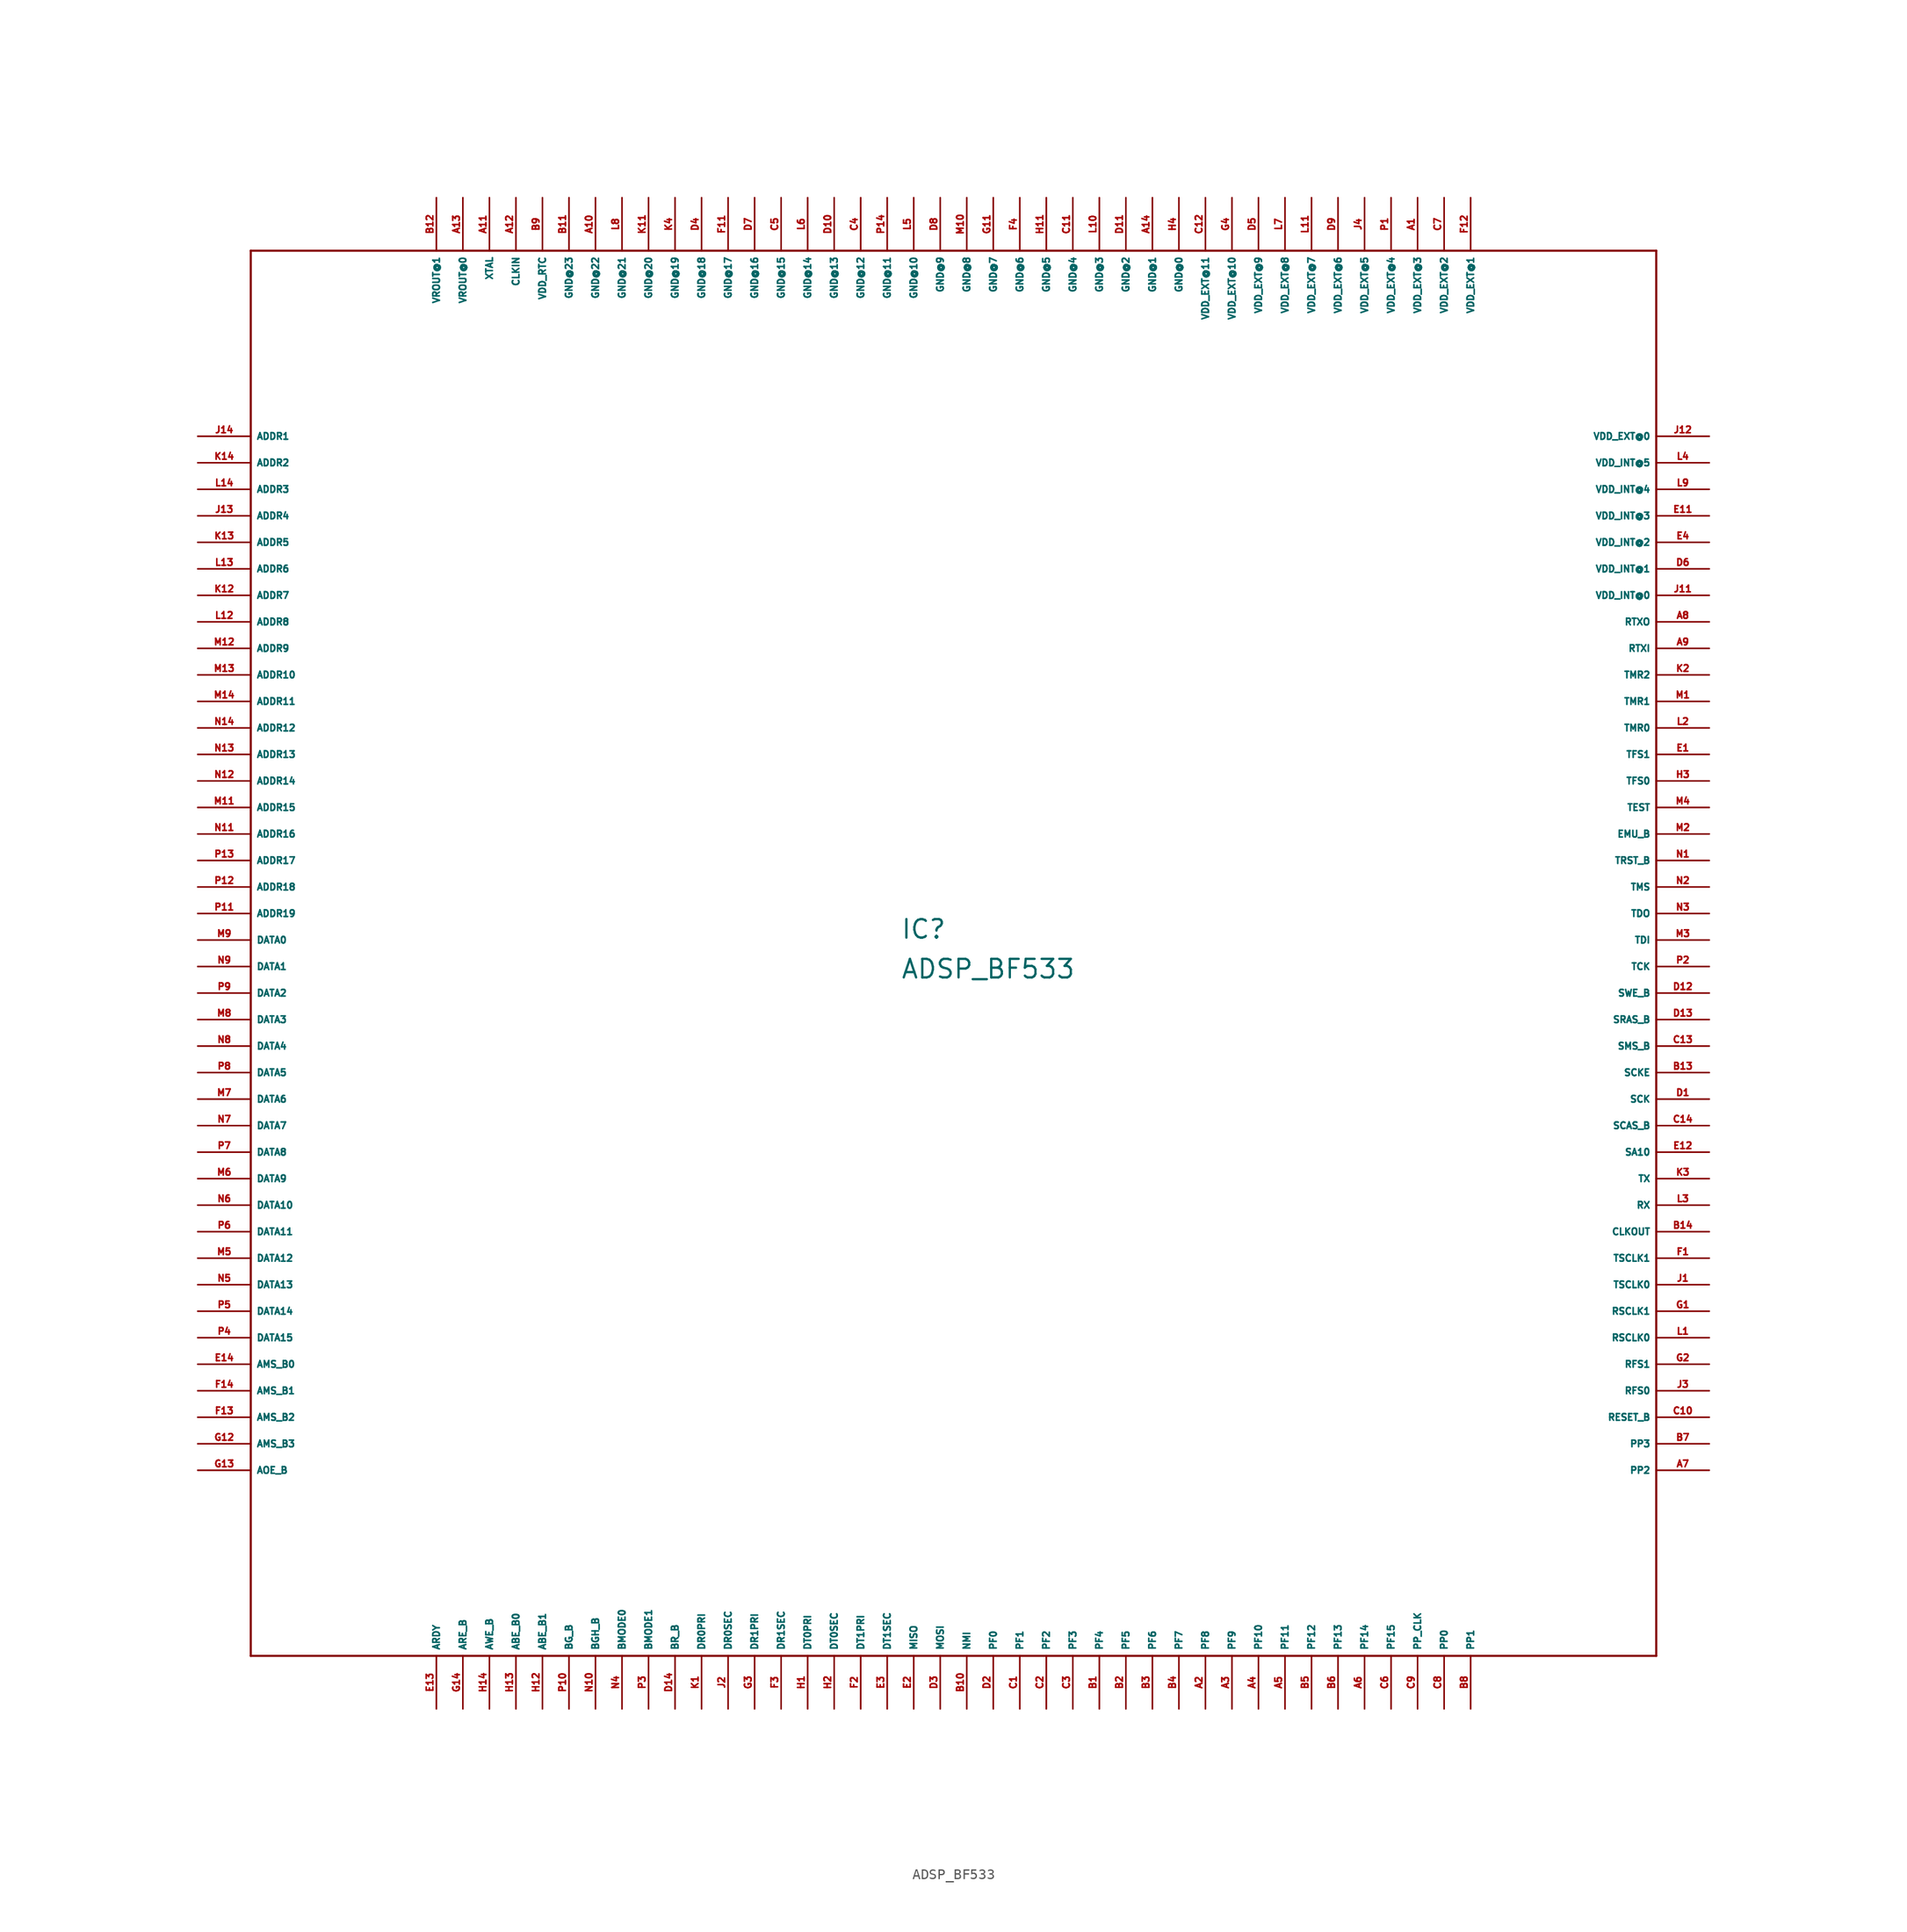
<source format=kicad_sym>
(kicad_symbol_lib
  (version 20220914)
  (generator Eagle2Kicad)
  (symbol "ADSP_BF533"
    (property "Reference" "IC"
      (at -3.81 2.54 0)
      (effects (font (size 1.778 1.778) (thickness 0.22)) (justify left bottom)))
    (property "Value" "ADSP_BF533"
      (at -3.81 -1.27 0)
      (effects (font (size 1.778 1.778) (thickness 0.22)) (justify left bottom)))
    (polyline
      (pts (xy -66.04 -66.04) (xy 68.58 -66.04))
      (stroke (width 0.203) (type default))
      (fill (type none)))
    (polyline
      (pts (xy 68.58 -66.04) (xy 68.58 68.58))
      (stroke (width 0.203) (type default))
      (fill (type none)))
    (polyline
      (pts (xy 68.58 68.58) (xy -66.04 68.58))
      (stroke (width 0.203) (type default))
      (fill (type none)))
    (polyline
      (pts (xy -66.04 68.58) (xy -66.04 -66.04))
      (stroke (width 0.203) (type default))
      (fill (type none)))
    (pin output line
      (at -71.12 50.8 0)
      (length 5.08)
      (name "ADDR1" (effects (font (size 0.635 0.635) (thickness 0.08)) (justify left bottom)))
      (number "J14" (effects (font (size 0.635 0.635) (thickness 0.08)) (justify left bottom))))
    (pin output line
      (at -71.12 48.26 0)
      (length 5.08)
      (name "ADDR2" (effects (font (size 0.635 0.635) (thickness 0.08)) (justify left bottom)))
      (number "K14" (effects (font (size 0.635 0.635) (thickness 0.08)) (justify left bottom))))
    (pin output line
      (at -71.12 45.72 0)
      (length 5.08)
      (name "ADDR3" (effects (font (size 0.635 0.635) (thickness 0.08)) (justify left bottom)))
      (number "L14" (effects (font (size 0.635 0.635) (thickness 0.08)) (justify left bottom))))
    (pin output line
      (at -71.12 43.18 0)
      (length 5.08)
      (name "ADDR4" (effects (font (size 0.635 0.635) (thickness 0.08)) (justify left bottom)))
      (number "J13" (effects (font (size 0.635 0.635) (thickness 0.08)) (justify left bottom))))
    (pin output line
      (at -71.12 40.64 0)
      (length 5.08)
      (name "ADDR5" (effects (font (size 0.635 0.635) (thickness 0.08)) (justify left bottom)))
      (number "K13" (effects (font (size 0.635 0.635) (thickness 0.08)) (justify left bottom))))
    (pin output line
      (at -71.12 38.1 0)
      (length 5.08)
      (name "ADDR6" (effects (font (size 0.635 0.635) (thickness 0.08)) (justify left bottom)))
      (number "L13" (effects (font (size 0.635 0.635) (thickness 0.08)) (justify left bottom))))
    (pin output line
      (at -71.12 35.56 0)
      (length 5.08)
      (name "ADDR7" (effects (font (size 0.635 0.635) (thickness 0.08)) (justify left bottom)))
      (number "K12" (effects (font (size 0.635 0.635) (thickness 0.08)) (justify left bottom))))
    (pin output line
      (at -71.12 33.02 0)
      (length 5.08)
      (name "ADDR8" (effects (font (size 0.635 0.635) (thickness 0.08)) (justify left bottom)))
      (number "L12" (effects (font (size 0.635 0.635) (thickness 0.08)) (justify left bottom))))
    (pin output line
      (at -71.12 30.48 0)
      (length 5.08)
      (name "ADDR9" (effects (font (size 0.635 0.635) (thickness 0.08)) (justify left bottom)))
      (number "M12" (effects (font (size 0.635 0.635) (thickness 0.08)) (justify left bottom))))
    (pin output line
      (at -71.12 27.94 0)
      (length 5.08)
      (name "ADDR10" (effects (font (size 0.635 0.635) (thickness 0.08)) (justify left bottom)))
      (number "M13" (effects (font (size 0.635 0.635) (thickness 0.08)) (justify left bottom))))
    (pin output line
      (at -71.12 25.4 0)
      (length 5.08)
      (name "ADDR11" (effects (font (size 0.635 0.635) (thickness 0.08)) (justify left bottom)))
      (number "M14" (effects (font (size 0.635 0.635) (thickness 0.08)) (justify left bottom))))
    (pin output line
      (at -71.12 22.86 0)
      (length 5.08)
      (name "ADDR12" (effects (font (size 0.635 0.635) (thickness 0.08)) (justify left bottom)))
      (number "N14" (effects (font (size 0.635 0.635) (thickness 0.08)) (justify left bottom))))
    (pin output line
      (at -71.12 20.32 0)
      (length 5.08)
      (name "ADDR13" (effects (font (size 0.635 0.635) (thickness 0.08)) (justify left bottom)))
      (number "N13" (effects (font (size 0.635 0.635) (thickness 0.08)) (justify left bottom))))
    (pin output line
      (at -71.12 17.78 0)
      (length 5.08)
      (name "ADDR14" (effects (font (size 0.635 0.635) (thickness 0.08)) (justify left bottom)))
      (number "N12" (effects (font (size 0.635 0.635) (thickness 0.08)) (justify left bottom))))
    (pin output line
      (at -71.12 15.24 0)
      (length 5.08)
      (name "ADDR15" (effects (font (size 0.635 0.635) (thickness 0.08)) (justify left bottom)))
      (number "M11" (effects (font (size 0.635 0.635) (thickness 0.08)) (justify left bottom))))
    (pin output line
      (at -71.12 12.7 0)
      (length 5.08)
      (name "ADDR16" (effects (font (size 0.635 0.635) (thickness 0.08)) (justify left bottom)))
      (number "N11" (effects (font (size 0.635 0.635) (thickness 0.08)) (justify left bottom))))
    (pin output line
      (at -71.12 10.16 0)
      (length 5.08)
      (name "ADDR17" (effects (font (size 0.635 0.635) (thickness 0.08)) (justify left bottom)))
      (number "P13" (effects (font (size 0.635 0.635) (thickness 0.08)) (justify left bottom))))
    (pin output line
      (at -71.12 7.62 0)
      (length 5.08)
      (name "ADDR18" (effects (font (size 0.635 0.635) (thickness 0.08)) (justify left bottom)))
      (number "P12" (effects (font (size 0.635 0.635) (thickness 0.08)) (justify left bottom))))
    (pin output line
      (at -71.12 5.08 0)
      (length 5.08)
      (name "ADDR19" (effects (font (size 0.635 0.635) (thickness 0.08)) (justify left bottom)))
      (number "P11" (effects (font (size 0.635 0.635) (thickness 0.08)) (justify left bottom))))
    (pin bidirectional line
      (at -71.12 2.54 0)
      (length 5.08)
      (name "DATA0" (effects (font (size 0.635 0.635) (thickness 0.08)) (justify left bottom)))
      (number "M9" (effects (font (size 0.635 0.635) (thickness 0.08)) (justify left bottom))))
    (pin bidirectional line
      (at -71.12 0 0)
      (length 5.08)
      (name "DATA1" (effects (font (size 0.635 0.635) (thickness 0.08)) (justify left bottom)))
      (number "N9" (effects (font (size 0.635 0.635) (thickness 0.08)) (justify left bottom))))
    (pin bidirectional line
      (at -71.12 -2.54 0)
      (length 5.08)
      (name "DATA2" (effects (font (size 0.635 0.635) (thickness 0.08)) (justify left bottom)))
      (number "P9" (effects (font (size 0.635 0.635) (thickness 0.08)) (justify left bottom))))
    (pin bidirectional line
      (at -71.12 -5.08 0)
      (length 5.08)
      (name "DATA3" (effects (font (size 0.635 0.635) (thickness 0.08)) (justify left bottom)))
      (number "M8" (effects (font (size 0.635 0.635) (thickness 0.08)) (justify left bottom))))
    (pin bidirectional line
      (at -71.12 -7.62 0)
      (length 5.08)
      (name "DATA4" (effects (font (size 0.635 0.635) (thickness 0.08)) (justify left bottom)))
      (number "N8" (effects (font (size 0.635 0.635) (thickness 0.08)) (justify left bottom))))
    (pin bidirectional line
      (at -71.12 -10.16 0)
      (length 5.08)
      (name "DATA5" (effects (font (size 0.635 0.635) (thickness 0.08)) (justify left bottom)))
      (number "P8" (effects (font (size 0.635 0.635) (thickness 0.08)) (justify left bottom))))
    (pin bidirectional line
      (at -71.12 -12.7 0)
      (length 5.08)
      (name "DATA6" (effects (font (size 0.635 0.635) (thickness 0.08)) (justify left bottom)))
      (number "M7" (effects (font (size 0.635 0.635) (thickness 0.08)) (justify left bottom))))
    (pin bidirectional line
      (at -71.12 -15.24 0)
      (length 5.08)
      (name "DATA7" (effects (font (size 0.635 0.635) (thickness 0.08)) (justify left bottom)))
      (number "N7" (effects (font (size 0.635 0.635) (thickness 0.08)) (justify left bottom))))
    (pin bidirectional line
      (at -71.12 -17.78 0)
      (length 5.08)
      (name "DATA8" (effects (font (size 0.635 0.635) (thickness 0.08)) (justify left bottom)))
      (number "P7" (effects (font (size 0.635 0.635) (thickness 0.08)) (justify left bottom))))
    (pin bidirectional line
      (at -71.12 -20.32 0)
      (length 5.08)
      (name "DATA9" (effects (font (size 0.635 0.635) (thickness 0.08)) (justify left bottom)))
      (number "M6" (effects (font (size 0.635 0.635) (thickness 0.08)) (justify left bottom))))
    (pin bidirectional line
      (at -71.12 -22.86 0)
      (length 5.08)
      (name "DATA10" (effects (font (size 0.635 0.635) (thickness 0.08)) (justify left bottom)))
      (number "N6" (effects (font (size 0.635 0.635) (thickness 0.08)) (justify left bottom))))
    (pin bidirectional line
      (at -71.12 -25.4 0)
      (length 5.08)
      (name "DATA11" (effects (font (size 0.635 0.635) (thickness 0.08)) (justify left bottom)))
      (number "P6" (effects (font (size 0.635 0.635) (thickness 0.08)) (justify left bottom))))
    (pin bidirectional line
      (at -71.12 -27.94 0)
      (length 5.08)
      (name "DATA12" (effects (font (size 0.635 0.635) (thickness 0.08)) (justify left bottom)))
      (number "M5" (effects (font (size 0.635 0.635) (thickness 0.08)) (justify left bottom))))
    (pin bidirectional line
      (at -71.12 -30.48 0)
      (length 5.08)
      (name "DATA13" (effects (font (size 0.635 0.635) (thickness 0.08)) (justify left bottom)))
      (number "N5" (effects (font (size 0.635 0.635) (thickness 0.08)) (justify left bottom))))
    (pin bidirectional line
      (at -71.12 -33.02 0)
      (length 5.08)
      (name "DATA14" (effects (font (size 0.635 0.635) (thickness 0.08)) (justify left bottom)))
      (number "P5" (effects (font (size 0.635 0.635) (thickness 0.08)) (justify left bottom))))
    (pin bidirectional line
      (at -71.12 -35.56 0)
      (length 5.08)
      (name "DATA15" (effects (font (size 0.635 0.635) (thickness 0.08)) (justify left bottom)))
      (number "P4" (effects (font (size 0.635 0.635) (thickness 0.08)) (justify left bottom))))
    (pin output line
      (at -71.12 -38.1 0)
      (length 5.08)
      (name "AMS_B0" (effects (font (size 0.635 0.635) (thickness 0.08)) (justify left bottom)))
      (number "E14" (effects (font (size 0.635 0.635) (thickness 0.08)) (justify left bottom))))
    (pin output line
      (at -71.12 -40.64 0)
      (length 5.08)
      (name "AMS_B1" (effects (font (size 0.635 0.635) (thickness 0.08)) (justify left bottom)))
      (number "F14" (effects (font (size 0.635 0.635) (thickness 0.08)) (justify left bottom))))
    (pin output line
      (at -71.12 -43.18 0)
      (length 5.08)
      (name "AMS_B2" (effects (font (size 0.635 0.635) (thickness 0.08)) (justify left bottom)))
      (number "F13" (effects (font (size 0.635 0.635) (thickness 0.08)) (justify left bottom))))
    (pin output line
      (at -71.12 -45.72 0)
      (length 5.08)
      (name "AMS_B3" (effects (font (size 0.635 0.635) (thickness 0.08)) (justify left bottom)))
      (number "G12" (effects (font (size 0.635 0.635) (thickness 0.08)) (justify left bottom))))
    (pin output line
      (at -71.12 -48.26 0)
      (length 5.08)
      (name "AOE_B" (effects (font (size 0.635 0.635) (thickness 0.08)) (justify left bottom)))
      (number "G13" (effects (font (size 0.635 0.635) (thickness 0.08)) (justify left bottom))))
    (pin input line
      (at -48.26 -71.12 90)
      (length 5.08)
      (name "ARDY" (effects (font (size 0.635 0.635) (thickness 0.08)) (justify left bottom)))
      (number "E13" (effects (font (size 0.635 0.635) (thickness 0.08)) (justify left bottom))))
    (pin output line
      (at -45.72 -71.12 90)
      (length 5.08)
      (name "ARE_B" (effects (font (size 0.635 0.635) (thickness 0.08)) (justify left bottom)))
      (number "G14" (effects (font (size 0.635 0.635) (thickness 0.08)) (justify left bottom))))
    (pin output line
      (at -43.18 -71.12 90)
      (length 5.08)
      (name "AWE_B" (effects (font (size 0.635 0.635) (thickness 0.08)) (justify left bottom)))
      (number "H14" (effects (font (size 0.635 0.635) (thickness 0.08)) (justify left bottom))))
    (pin output line
      (at -40.64 -71.12 90)
      (length 5.08)
      (name "ABE_B0" (effects (font (size 0.635 0.635) (thickness 0.08)) (justify left bottom)))
      (number "H13" (effects (font (size 0.635 0.635) (thickness 0.08)) (justify left bottom))))
    (pin output line
      (at -38.1 -71.12 90)
      (length 5.08)
      (name "ABE_B1" (effects (font (size 0.635 0.635) (thickness 0.08)) (justify left bottom)))
      (number "H12" (effects (font (size 0.635 0.635) (thickness 0.08)) (justify left bottom))))
    (pin tri_state line
      (at -35.56 -71.12 90)
      (length 5.08)
      (name "BG_B" (effects (font (size 0.635 0.635) (thickness 0.08)) (justify left bottom)))
      (number "P10" (effects (font (size 0.635 0.635) (thickness 0.08)) (justify left bottom))))
    (pin tri_state line
      (at -33.02 -71.12 90)
      (length 5.08)
      (name "BGH_B" (effects (font (size 0.635 0.635) (thickness 0.08)) (justify left bottom)))
      (number "N10" (effects (font (size 0.635 0.635) (thickness 0.08)) (justify left bottom))))
    (pin input line
      (at -30.48 -71.12 90)
      (length 5.08)
      (name "BMODE0" (effects (font (size 0.635 0.635) (thickness 0.08)) (justify left bottom)))
      (number "N4" (effects (font (size 0.635 0.635) (thickness 0.08)) (justify left bottom))))
    (pin input line
      (at -27.94 -71.12 90)
      (length 5.08)
      (name "BMODE1" (effects (font (size 0.635 0.635) (thickness 0.08)) (justify left bottom)))
      (number "P3" (effects (font (size 0.635 0.635) (thickness 0.08)) (justify left bottom))))
    (pin input line
      (at -25.4 -71.12 90)
      (length 5.08)
      (name "BR_B" (effects (font (size 0.635 0.635) (thickness 0.08)) (justify left bottom)))
      (number "D14" (effects (font (size 0.635 0.635) (thickness 0.08)) (justify left bottom))))
    (pin input line
      (at -22.86 -71.12 90)
      (length 5.08)
      (name "DR0PRI" (effects (font (size 0.635 0.635) (thickness 0.08)) (justify left bottom)))
      (number "K1" (effects (font (size 0.635 0.635) (thickness 0.08)) (justify left bottom))))
    (pin input line
      (at -20.32 -71.12 90)
      (length 5.08)
      (name "DR0SEC" (effects (font (size 0.635 0.635) (thickness 0.08)) (justify left bottom)))
      (number "J2" (effects (font (size 0.635 0.635) (thickness 0.08)) (justify left bottom))))
    (pin input line
      (at -17.78 -71.12 90)
      (length 5.08)
      (name "DR1PRI" (effects (font (size 0.635 0.635) (thickness 0.08)) (justify left bottom)))
      (number "G3" (effects (font (size 0.635 0.635) (thickness 0.08)) (justify left bottom))))
    (pin input line
      (at -15.24 -71.12 90)
      (length 5.08)
      (name "DR1SEC" (effects (font (size 0.635 0.635) (thickness 0.08)) (justify left bottom)))
      (number "F3" (effects (font (size 0.635 0.635) (thickness 0.08)) (justify left bottom))))
    (pin output line
      (at -12.7 -71.12 90)
      (length 5.08)
      (name "DT0PRI" (effects (font (size 0.635 0.635) (thickness 0.08)) (justify left bottom)))
      (number "H1" (effects (font (size 0.635 0.635) (thickness 0.08)) (justify left bottom))))
    (pin output line
      (at -10.16 -71.12 90)
      (length 5.08)
      (name "DT0SEC" (effects (font (size 0.635 0.635) (thickness 0.08)) (justify left bottom)))
      (number "H2" (effects (font (size 0.635 0.635) (thickness 0.08)) (justify left bottom))))
    (pin output line
      (at -7.62 -71.12 90)
      (length 5.08)
      (name "DT1PRI" (effects (font (size 0.635 0.635) (thickness 0.08)) (justify left bottom)))
      (number "F2" (effects (font (size 0.635 0.635) (thickness 0.08)) (justify left bottom))))
    (pin output line
      (at -5.08 -71.12 90)
      (length 5.08)
      (name "DT1SEC" (effects (font (size 0.635 0.635) (thickness 0.08)) (justify left bottom)))
      (number "E3" (effects (font (size 0.635 0.635) (thickness 0.08)) (justify left bottom))))
    (pin bidirectional line
      (at -2.54 -71.12 90)
      (length 5.08)
      (name "MISO" (effects (font (size 0.635 0.635) (thickness 0.08)) (justify left bottom)))
      (number "E2" (effects (font (size 0.635 0.635) (thickness 0.08)) (justify left bottom))))
    (pin bidirectional line
      (at 0 -71.12 90)
      (length 5.08)
      (name "MOSI" (effects (font (size 0.635 0.635) (thickness 0.08)) (justify left bottom)))
      (number "D3" (effects (font (size 0.635 0.635) (thickness 0.08)) (justify left bottom))))
    (pin input line
      (at 2.54 -71.12 90)
      (length 5.08)
      (name "NMI" (effects (font (size 0.635 0.635) (thickness 0.08)) (justify left bottom)))
      (number "B10" (effects (font (size 0.635 0.635) (thickness 0.08)) (justify left bottom))))
    (pin bidirectional line
      (at 5.08 -71.12 90)
      (length 5.08)
      (name "PF0" (effects (font (size 0.635 0.635) (thickness 0.08)) (justify left bottom)))
      (number "D2" (effects (font (size 0.635 0.635) (thickness 0.08)) (justify left bottom))))
    (pin bidirectional line
      (at 7.62 -71.12 90)
      (length 5.08)
      (name "PF1" (effects (font (size 0.635 0.635) (thickness 0.08)) (justify left bottom)))
      (number "C1" (effects (font (size 0.635 0.635) (thickness 0.08)) (justify left bottom))))
    (pin bidirectional line
      (at 10.16 -71.12 90)
      (length 5.08)
      (name "PF2" (effects (font (size 0.635 0.635) (thickness 0.08)) (justify left bottom)))
      (number "C2" (effects (font (size 0.635 0.635) (thickness 0.08)) (justify left bottom))))
    (pin bidirectional line
      (at 12.7 -71.12 90)
      (length 5.08)
      (name "PF3" (effects (font (size 0.635 0.635) (thickness 0.08)) (justify left bottom)))
      (number "C3" (effects (font (size 0.635 0.635) (thickness 0.08)) (justify left bottom))))
    (pin bidirectional line
      (at 15.24 -71.12 90)
      (length 5.08)
      (name "PF4" (effects (font (size 0.635 0.635) (thickness 0.08)) (justify left bottom)))
      (number "B1" (effects (font (size 0.635 0.635) (thickness 0.08)) (justify left bottom))))
    (pin bidirectional line
      (at 17.78 -71.12 90)
      (length 5.08)
      (name "PF5" (effects (font (size 0.635 0.635) (thickness 0.08)) (justify left bottom)))
      (number "B2" (effects (font (size 0.635 0.635) (thickness 0.08)) (justify left bottom))))
    (pin bidirectional line
      (at 20.32 -71.12 90)
      (length 5.08)
      (name "PF6" (effects (font (size 0.635 0.635) (thickness 0.08)) (justify left bottom)))
      (number "B3" (effects (font (size 0.635 0.635) (thickness 0.08)) (justify left bottom))))
    (pin bidirectional line
      (at 22.86 -71.12 90)
      (length 5.08)
      (name "PF7" (effects (font (size 0.635 0.635) (thickness 0.08)) (justify left bottom)))
      (number "B4" (effects (font (size 0.635 0.635) (thickness 0.08)) (justify left bottom))))
    (pin bidirectional line
      (at 25.4 -71.12 90)
      (length 5.08)
      (name "PF8" (effects (font (size 0.635 0.635) (thickness 0.08)) (justify left bottom)))
      (number "A2" (effects (font (size 0.635 0.635) (thickness 0.08)) (justify left bottom))))
    (pin bidirectional line
      (at 27.94 -71.12 90)
      (length 5.08)
      (name "PF9" (effects (font (size 0.635 0.635) (thickness 0.08)) (justify left bottom)))
      (number "A3" (effects (font (size 0.635 0.635) (thickness 0.08)) (justify left bottom))))
    (pin bidirectional line
      (at 30.48 -71.12 90)
      (length 5.08)
      (name "PF10" (effects (font (size 0.635 0.635) (thickness 0.08)) (justify left bottom)))
      (number "A4" (effects (font (size 0.635 0.635) (thickness 0.08)) (justify left bottom))))
    (pin bidirectional line
      (at 33.02 -71.12 90)
      (length 5.08)
      (name "PF11" (effects (font (size 0.635 0.635) (thickness 0.08)) (justify left bottom)))
      (number "A5" (effects (font (size 0.635 0.635) (thickness 0.08)) (justify left bottom))))
    (pin bidirectional line
      (at 35.56 -71.12 90)
      (length 5.08)
      (name "PF12" (effects (font (size 0.635 0.635) (thickness 0.08)) (justify left bottom)))
      (number "B5" (effects (font (size 0.635 0.635) (thickness 0.08)) (justify left bottom))))
    (pin bidirectional line
      (at 38.1 -71.12 90)
      (length 5.08)
      (name "PF13" (effects (font (size 0.635 0.635) (thickness 0.08)) (justify left bottom)))
      (number "B6" (effects (font (size 0.635 0.635) (thickness 0.08)) (justify left bottom))))
    (pin bidirectional line
      (at 40.64 -71.12 90)
      (length 5.08)
      (name "PF14" (effects (font (size 0.635 0.635) (thickness 0.08)) (justify left bottom)))
      (number "A6" (effects (font (size 0.635 0.635) (thickness 0.08)) (justify left bottom))))
    (pin bidirectional line
      (at 43.18 -71.12 90)
      (length 5.08)
      (name "PF15" (effects (font (size 0.635 0.635) (thickness 0.08)) (justify left bottom)))
      (number "C6" (effects (font (size 0.635 0.635) (thickness 0.08)) (justify left bottom))))
    (pin input line
      (at 45.72 -71.12 90)
      (length 5.08)
      (name "PP_CLK" (effects (font (size 0.635 0.635) (thickness 0.08)) (justify left bottom)))
      (number "C9" (effects (font (size 0.635 0.635) (thickness 0.08)) (justify left bottom))))
    (pin bidirectional line
      (at 48.26 -71.12 90)
      (length 5.08)
      (name "PP0" (effects (font (size 0.635 0.635) (thickness 0.08)) (justify left bottom)))
      (number "C8" (effects (font (size 0.635 0.635) (thickness 0.08)) (justify left bottom))))
    (pin bidirectional line
      (at 50.8 -71.12 90)
      (length 5.08)
      (name "PP1" (effects (font (size 0.635 0.635) (thickness 0.08)) (justify left bottom)))
      (number "B8" (effects (font (size 0.635 0.635) (thickness 0.08)) (justify left bottom))))
    (pin bidirectional line
      (at 73.66 -48.26 180)
      (length 5.08)
      (name "PP2" (effects (font (size 0.635 0.635) (thickness 0.08)) (justify left bottom)))
      (number "A7" (effects (font (size 0.635 0.635) (thickness 0.08)) (justify left bottom))))
    (pin bidirectional line
      (at 73.66 -45.72 180)
      (length 5.08)
      (name "PP3" (effects (font (size 0.635 0.635) (thickness 0.08)) (justify left bottom)))
      (number "B7" (effects (font (size 0.635 0.635) (thickness 0.08)) (justify left bottom))))
    (pin input line
      (at 73.66 -43.18 180)
      (length 5.08)
      (name "RESET_B" (effects (font (size 0.635 0.635) (thickness 0.08)) (justify left bottom)))
      (number "C10" (effects (font (size 0.635 0.635) (thickness 0.08)) (justify left bottom))))
    (pin bidirectional line
      (at 73.66 -40.64 180)
      (length 5.08)
      (name "RFS0" (effects (font (size 0.635 0.635) (thickness 0.08)) (justify left bottom)))
      (number "J3" (effects (font (size 0.635 0.635) (thickness 0.08)) (justify left bottom))))
    (pin bidirectional line
      (at 73.66 -38.1 180)
      (length 5.08)
      (name "RFS1" (effects (font (size 0.635 0.635) (thickness 0.08)) (justify left bottom)))
      (number "G2" (effects (font (size 0.635 0.635) (thickness 0.08)) (justify left bottom))))
    (pin bidirectional line
      (at 73.66 -35.56 180)
      (length 5.08)
      (name "RSCLK0" (effects (font (size 0.635 0.635) (thickness 0.08)) (justify left bottom)))
      (number "L1" (effects (font (size 0.635 0.635) (thickness 0.08)) (justify left bottom))))
    (pin bidirectional line
      (at 73.66 -33.02 180)
      (length 5.08)
      (name "RSCLK1" (effects (font (size 0.635 0.635) (thickness 0.08)) (justify left bottom)))
      (number "G1" (effects (font (size 0.635 0.635) (thickness 0.08)) (justify left bottom))))
    (pin bidirectional line
      (at 73.66 -30.48 180)
      (length 5.08)
      (name "TSCLK0" (effects (font (size 0.635 0.635) (thickness 0.08)) (justify left bottom)))
      (number "J1" (effects (font (size 0.635 0.635) (thickness 0.08)) (justify left bottom))))
    (pin bidirectional line
      (at 73.66 -27.94 180)
      (length 5.08)
      (name "TSCLK1" (effects (font (size 0.635 0.635) (thickness 0.08)) (justify left bottom)))
      (number "F1" (effects (font (size 0.635 0.635) (thickness 0.08)) (justify left bottom))))
    (pin output line
      (at 73.66 -25.4 180)
      (length 5.08)
      (name "CLKOUT" (effects (font (size 0.635 0.635) (thickness 0.08)) (justify left bottom)))
      (number "B14" (effects (font (size 0.635 0.635) (thickness 0.08)) (justify left bottom))))
    (pin input line
      (at 73.66 -22.86 180)
      (length 5.08)
      (name "RX" (effects (font (size 0.635 0.635) (thickness 0.08)) (justify left bottom)))
      (number "L3" (effects (font (size 0.635 0.635) (thickness 0.08)) (justify left bottom))))
    (pin tri_state line
      (at 73.66 -20.32 180)
      (length 5.08)
      (name "TX" (effects (font (size 0.635 0.635) (thickness 0.08)) (justify left bottom)))
      (number "K3" (effects (font (size 0.635 0.635) (thickness 0.08)) (justify left bottom))))
    (pin output line
      (at 73.66 -17.78 180)
      (length 5.08)
      (name "SA10" (effects (font (size 0.635 0.635) (thickness 0.08)) (justify left bottom)))
      (number "E12" (effects (font (size 0.635 0.635) (thickness 0.08)) (justify left bottom))))
    (pin output line
      (at 73.66 -15.24 180)
      (length 5.08)
      (name "SCAS_B" (effects (font (size 0.635 0.635) (thickness 0.08)) (justify left bottom)))
      (number "C14" (effects (font (size 0.635 0.635) (thickness 0.08)) (justify left bottom))))
    (pin bidirectional line
      (at 73.66 -12.7 180)
      (length 5.08)
      (name "SCK" (effects (font (size 0.635 0.635) (thickness 0.08)) (justify left bottom)))
      (number "D1" (effects (font (size 0.635 0.635) (thickness 0.08)) (justify left bottom))))
    (pin output line
      (at 73.66 -10.16 180)
      (length 5.08)
      (name "SCKE" (effects (font (size 0.635 0.635) (thickness 0.08)) (justify left bottom)))
      (number "B13" (effects (font (size 0.635 0.635) (thickness 0.08)) (justify left bottom))))
    (pin output line
      (at 73.66 -7.62 180)
      (length 5.08)
      (name "SMS_B" (effects (font (size 0.635 0.635) (thickness 0.08)) (justify left bottom)))
      (number "C13" (effects (font (size 0.635 0.635) (thickness 0.08)) (justify left bottom))))
    (pin output line
      (at 73.66 -5.08 180)
      (length 5.08)
      (name "SRAS_B" (effects (font (size 0.635 0.635) (thickness 0.08)) (justify left bottom)))
      (number "D13" (effects (font (size 0.635 0.635) (thickness 0.08)) (justify left bottom))))
    (pin output line
      (at 73.66 -2.54 180)
      (length 5.08)
      (name "SWE_B" (effects (font (size 0.635 0.635) (thickness 0.08)) (justify left bottom)))
      (number "D12" (effects (font (size 0.635 0.635) (thickness 0.08)) (justify left bottom))))
    (pin input line
      (at 73.66 0 180)
      (length 5.08)
      (name "TCK" (effects (font (size 0.635 0.635) (thickness 0.08)) (justify left bottom)))
      (number "P2" (effects (font (size 0.635 0.635) (thickness 0.08)) (justify left bottom))))
    (pin input line
      (at 73.66 2.54 180)
      (length 5.08)
      (name "TDI" (effects (font (size 0.635 0.635) (thickness 0.08)) (justify left bottom)))
      (number "M3" (effects (font (size 0.635 0.635) (thickness 0.08)) (justify left bottom))))
    (pin output line
      (at 73.66 5.08 180)
      (length 5.08)
      (name "TDO" (effects (font (size 0.635 0.635) (thickness 0.08)) (justify left bottom)))
      (number "N3" (effects (font (size 0.635 0.635) (thickness 0.08)) (justify left bottom))))
    (pin input line
      (at 73.66 7.62 180)
      (length 5.08)
      (name "TMS" (effects (font (size 0.635 0.635) (thickness 0.08)) (justify left bottom)))
      (number "N2" (effects (font (size 0.635 0.635) (thickness 0.08)) (justify left bottom))))
    (pin input line
      (at 73.66 10.16 180)
      (length 5.08)
      (name "TRST_B" (effects (font (size 0.635 0.635) (thickness 0.08)) (justify left bottom)))
      (number "N1" (effects (font (size 0.635 0.635) (thickness 0.08)) (justify left bottom))))
    (pin unspecified line
      (at 73.66 12.7 180)
      (length 5.08)
      (name "EMU_B" (effects (font (size 0.635 0.635) (thickness 0.08)) (justify left bottom)))
      (number "M2" (effects (font (size 0.635 0.635) (thickness 0.08)) (justify left bottom))))
    (pin input line
      (at 73.66 15.24 180)
      (length 5.08)
      (name "TEST" (effects (font (size 0.635 0.635) (thickness 0.08)) (justify left bottom)))
      (number "M4" (effects (font (size 0.635 0.635) (thickness 0.08)) (justify left bottom))))
    (pin bidirectional line
      (at 73.66 17.78 180)
      (length 5.08)
      (name "TFS0" (effects (font (size 0.635 0.635) (thickness 0.08)) (justify left bottom)))
      (number "H3" (effects (font (size 0.635 0.635) (thickness 0.08)) (justify left bottom))))
    (pin bidirectional line
      (at 73.66 20.32 180)
      (length 5.08)
      (name "TFS1" (effects (font (size 0.635 0.635) (thickness 0.08)) (justify left bottom)))
      (number "E1" (effects (font (size 0.635 0.635) (thickness 0.08)) (justify left bottom))))
    (pin bidirectional line
      (at 73.66 22.86 180)
      (length 5.08)
      (name "TMR0" (effects (font (size 0.635 0.635) (thickness 0.08)) (justify left bottom)))
      (number "L2" (effects (font (size 0.635 0.635) (thickness 0.08)) (justify left bottom))))
    (pin bidirectional line
      (at 73.66 25.4 180)
      (length 5.08)
      (name "TMR1" (effects (font (size 0.635 0.635) (thickness 0.08)) (justify left bottom)))
      (number "M1" (effects (font (size 0.635 0.635) (thickness 0.08)) (justify left bottom))))
    (pin bidirectional line
      (at 73.66 27.94 180)
      (length 5.08)
      (name "TMR2" (effects (font (size 0.635 0.635) (thickness 0.08)) (justify left bottom)))
      (number "K2" (effects (font (size 0.635 0.635) (thickness 0.08)) (justify left bottom))))
    (pin unspecified line
      (at 73.66 30.48 180)
      (length 5.08)
      (name "RTXI" (effects (font (size 0.635 0.635) (thickness 0.08)) (justify left bottom)))
      (number "A9" (effects (font (size 0.635 0.635) (thickness 0.08)) (justify left bottom))))
    (pin unspecified line
      (at 73.66 33.02 180)
      (length 5.08)
      (name "RTXO" (effects (font (size 0.635 0.635) (thickness 0.08)) (justify left bottom)))
      (number "A8" (effects (font (size 0.635 0.635) (thickness 0.08)) (justify left bottom))))
    (pin unspecified line
      (at 73.66 35.56 180)
      (length 5.08)
      (name "VDD_INT@0" (effects (font (size 0.635 0.635) (thickness 0.08)) (justify left bottom)))
      (number "J11" (effects (font (size 0.635 0.635) (thickness 0.08)) (justify left bottom))))
    (pin unspecified line
      (at 73.66 38.1 180)
      (length 5.08)
      (name "VDD_INT@1" (effects (font (size 0.635 0.635) (thickness 0.08)) (justify left bottom)))
      (number "D6" (effects (font (size 0.635 0.635) (thickness 0.08)) (justify left bottom))))
    (pin unspecified line
      (at 73.66 40.64 180)
      (length 5.08)
      (name "VDD_INT@2" (effects (font (size 0.635 0.635) (thickness 0.08)) (justify left bottom)))
      (number "E4" (effects (font (size 0.635 0.635) (thickness 0.08)) (justify left bottom))))
    (pin unspecified line
      (at 73.66 43.18 180)
      (length 5.08)
      (name "VDD_INT@3" (effects (font (size 0.635 0.635) (thickness 0.08)) (justify left bottom)))
      (number "E11" (effects (font (size 0.635 0.635) (thickness 0.08)) (justify left bottom))))
    (pin unspecified line
      (at 73.66 45.72 180)
      (length 5.08)
      (name "VDD_INT@4" (effects (font (size 0.635 0.635) (thickness 0.08)) (justify left bottom)))
      (number "L9" (effects (font (size 0.635 0.635) (thickness 0.08)) (justify left bottom))))
    (pin unspecified line
      (at 73.66 48.26 180)
      (length 5.08)
      (name "VDD_INT@5" (effects (font (size 0.635 0.635) (thickness 0.08)) (justify left bottom)))
      (number "L4" (effects (font (size 0.635 0.635) (thickness 0.08)) (justify left bottom))))
    (pin unspecified line
      (at 73.66 50.8 180)
      (length 5.08)
      (name "VDD_EXT@0" (effects (font (size 0.635 0.635) (thickness 0.08)) (justify left bottom)))
      (number "J12" (effects (font (size 0.635 0.635) (thickness 0.08)) (justify left bottom))))
    (pin unspecified line
      (at 50.8 73.66 270)
      (length 5.08)
      (name "VDD_EXT@1" (effects (font (size 0.635 0.635) (thickness 0.08)) (justify left bottom)))
      (number "F12" (effects (font (size 0.635 0.635) (thickness 0.08)) (justify left bottom))))
    (pin unspecified line
      (at 48.26 73.66 270)
      (length 5.08)
      (name "VDD_EXT@2" (effects (font (size 0.635 0.635) (thickness 0.08)) (justify left bottom)))
      (number "C7" (effects (font (size 0.635 0.635) (thickness 0.08)) (justify left bottom))))
    (pin unspecified line
      (at 45.72 73.66 270)
      (length 5.08)
      (name "VDD_EXT@3" (effects (font (size 0.635 0.635) (thickness 0.08)) (justify left bottom)))
      (number "A1" (effects (font (size 0.635 0.635) (thickness 0.08)) (justify left bottom))))
    (pin unspecified line
      (at 43.18 73.66 270)
      (length 5.08)
      (name "VDD_EXT@4" (effects (font (size 0.635 0.635) (thickness 0.08)) (justify left bottom)))
      (number "P1" (effects (font (size 0.635 0.635) (thickness 0.08)) (justify left bottom))))
    (pin unspecified line
      (at 40.64 73.66 270)
      (length 5.08)
      (name "VDD_EXT@5" (effects (font (size 0.635 0.635) (thickness 0.08)) (justify left bottom)))
      (number "J4" (effects (font (size 0.635 0.635) (thickness 0.08)) (justify left bottom))))
    (pin unspecified line
      (at 38.1 73.66 270)
      (length 5.08)
      (name "VDD_EXT@6" (effects (font (size 0.635 0.635) (thickness 0.08)) (justify left bottom)))
      (number "D9" (effects (font (size 0.635 0.635) (thickness 0.08)) (justify left bottom))))
    (pin unspecified line
      (at 35.56 73.66 270)
      (length 5.08)
      (name "VDD_EXT@7" (effects (font (size 0.635 0.635) (thickness 0.08)) (justify left bottom)))
      (number "L11" (effects (font (size 0.635 0.635) (thickness 0.08)) (justify left bottom))))
    (pin unspecified line
      (at 33.02 73.66 270)
      (length 5.08)
      (name "VDD_EXT@8" (effects (font (size 0.635 0.635) (thickness 0.08)) (justify left bottom)))
      (number "L7" (effects (font (size 0.635 0.635) (thickness 0.08)) (justify left bottom))))
    (pin unspecified line
      (at 30.48 73.66 270)
      (length 5.08)
      (name "VDD_EXT@9" (effects (font (size 0.635 0.635) (thickness 0.08)) (justify left bottom)))
      (number "D5" (effects (font (size 0.635 0.635) (thickness 0.08)) (justify left bottom))))
    (pin unspecified line
      (at 27.94 73.66 270)
      (length 5.08)
      (name "VDD_EXT@10" (effects (font (size 0.635 0.635) (thickness 0.08)) (justify left bottom)))
      (number "G4" (effects (font (size 0.635 0.635) (thickness 0.08)) (justify left bottom))))
    (pin unspecified line
      (at 25.4 73.66 270)
      (length 5.08)
      (name "VDD_EXT@11" (effects (font (size 0.635 0.635) (thickness 0.08)) (justify left bottom)))
      (number "C12" (effects (font (size 0.635 0.635) (thickness 0.08)) (justify left bottom))))
    (pin unspecified line
      (at 22.86 73.66 270)
      (length 5.08)
      (name "GND@0" (effects (font (size 0.635 0.635) (thickness 0.08)) (justify left bottom)))
      (number "H4" (effects (font (size 0.635 0.635) (thickness 0.08)) (justify left bottom))))
    (pin unspecified line
      (at 20.32 73.66 270)
      (length 5.08)
      (name "GND@1" (effects (font (size 0.635 0.635) (thickness 0.08)) (justify left bottom)))
      (number "A14" (effects (font (size 0.635 0.635) (thickness 0.08)) (justify left bottom))))
    (pin unspecified line
      (at 17.78 73.66 270)
      (length 5.08)
      (name "GND@2" (effects (font (size 0.635 0.635) (thickness 0.08)) (justify left bottom)))
      (number "D11" (effects (font (size 0.635 0.635) (thickness 0.08)) (justify left bottom))))
    (pin unspecified line
      (at 15.24 73.66 270)
      (length 5.08)
      (name "GND@3" (effects (font (size 0.635 0.635) (thickness 0.08)) (justify left bottom)))
      (number "L10" (effects (font (size 0.635 0.635) (thickness 0.08)) (justify left bottom))))
    (pin unspecified line
      (at 12.7 73.66 270)
      (length 5.08)
      (name "GND@4" (effects (font (size 0.635 0.635) (thickness 0.08)) (justify left bottom)))
      (number "C11" (effects (font (size 0.635 0.635) (thickness 0.08)) (justify left bottom))))
    (pin unspecified line
      (at 10.16 73.66 270)
      (length 5.08)
      (name "GND@5" (effects (font (size 0.635 0.635) (thickness 0.08)) (justify left bottom)))
      (number "H11" (effects (font (size 0.635 0.635) (thickness 0.08)) (justify left bottom))))
    (pin unspecified line
      (at 7.62 73.66 270)
      (length 5.08)
      (name "GND@6" (effects (font (size 0.635 0.635) (thickness 0.08)) (justify left bottom)))
      (number "F4" (effects (font (size 0.635 0.635) (thickness 0.08)) (justify left bottom))))
    (pin unspecified line
      (at 5.08 73.66 270)
      (length 5.08)
      (name "GND@7" (effects (font (size 0.635 0.635) (thickness 0.08)) (justify left bottom)))
      (number "G11" (effects (font (size 0.635 0.635) (thickness 0.08)) (justify left bottom))))
    (pin unspecified line
      (at 2.54 73.66 270)
      (length 5.08)
      (name "GND@8" (effects (font (size 0.635 0.635) (thickness 0.08)) (justify left bottom)))
      (number "M10" (effects (font (size 0.635 0.635) (thickness 0.08)) (justify left bottom))))
    (pin unspecified line
      (at 0 73.66 270)
      (length 5.08)
      (name "GND@9" (effects (font (size 0.635 0.635) (thickness 0.08)) (justify left bottom)))
      (number "D8" (effects (font (size 0.635 0.635) (thickness 0.08)) (justify left bottom))))
    (pin unspecified line
      (at -2.54 73.66 270)
      (length 5.08)
      (name "GND@10" (effects (font (size 0.635 0.635) (thickness 0.08)) (justify left bottom)))
      (number "L5" (effects (font (size 0.635 0.635) (thickness 0.08)) (justify left bottom))))
    (pin unspecified line
      (at -5.08 73.66 270)
      (length 5.08)
      (name "GND@11" (effects (font (size 0.635 0.635) (thickness 0.08)) (justify left bottom)))
      (number "P14" (effects (font (size 0.635 0.635) (thickness 0.08)) (justify left bottom))))
    (pin unspecified line
      (at -7.62 73.66 270)
      (length 5.08)
      (name "GND@12" (effects (font (size 0.635 0.635) (thickness 0.08)) (justify left bottom)))
      (number "C4" (effects (font (size 0.635 0.635) (thickness 0.08)) (justify left bottom))))
    (pin unspecified line
      (at -10.16 73.66 270)
      (length 5.08)
      (name "GND@13" (effects (font (size 0.635 0.635) (thickness 0.08)) (justify left bottom)))
      (number "D10" (effects (font (size 0.635 0.635) (thickness 0.08)) (justify left bottom))))
    (pin unspecified line
      (at -12.7 73.66 270)
      (length 5.08)
      (name "GND@14" (effects (font (size 0.635 0.635) (thickness 0.08)) (justify left bottom)))
      (number "L6" (effects (font (size 0.635 0.635) (thickness 0.08)) (justify left bottom))))
    (pin unspecified line
      (at -15.24 73.66 270)
      (length 5.08)
      (name "GND@15" (effects (font (size 0.635 0.635) (thickness 0.08)) (justify left bottom)))
      (number "C5" (effects (font (size 0.635 0.635) (thickness 0.08)) (justify left bottom))))
    (pin unspecified line
      (at -17.78 73.66 270)
      (length 5.08)
      (name "GND@16" (effects (font (size 0.635 0.635) (thickness 0.08)) (justify left bottom)))
      (number "D7" (effects (font (size 0.635 0.635) (thickness 0.08)) (justify left bottom))))
    (pin unspecified line
      (at -20.32 73.66 270)
      (length 5.08)
      (name "GND@17" (effects (font (size 0.635 0.635) (thickness 0.08)) (justify left bottom)))
      (number "F11" (effects (font (size 0.635 0.635) (thickness 0.08)) (justify left bottom))))
    (pin unspecified line
      (at -22.86 73.66 270)
      (length 5.08)
      (name "GND@18" (effects (font (size 0.635 0.635) (thickness 0.08)) (justify left bottom)))
      (number "D4" (effects (font (size 0.635 0.635) (thickness 0.08)) (justify left bottom))))
    (pin unspecified line
      (at -25.4 73.66 270)
      (length 5.08)
      (name "GND@19" (effects (font (size 0.635 0.635) (thickness 0.08)) (justify left bottom)))
      (number "K4" (effects (font (size 0.635 0.635) (thickness 0.08)) (justify left bottom))))
    (pin unspecified line
      (at -27.94 73.66 270)
      (length 5.08)
      (name "GND@20" (effects (font (size 0.635 0.635) (thickness 0.08)) (justify left bottom)))
      (number "K11" (effects (font (size 0.635 0.635) (thickness 0.08)) (justify left bottom))))
    (pin unspecified line
      (at -30.48 73.66 270)
      (length 5.08)
      (name "GND@21" (effects (font (size 0.635 0.635) (thickness 0.08)) (justify left bottom)))
      (number "L8" (effects (font (size 0.635 0.635) (thickness 0.08)) (justify left bottom))))
    (pin unspecified line
      (at -33.02 73.66 270)
      (length 5.08)
      (name "GND@22" (effects (font (size 0.635 0.635) (thickness 0.08)) (justify left bottom)))
      (number "A10" (effects (font (size 0.635 0.635) (thickness 0.08)) (justify left bottom))))
    (pin unspecified line
      (at -35.56 73.66 270)
      (length 5.08)
      (name "GND@23" (effects (font (size 0.635 0.635) (thickness 0.08)) (justify left bottom)))
      (number "B11" (effects (font (size 0.635 0.635) (thickness 0.08)) (justify left bottom))))
    (pin unspecified line
      (at -38.1 73.66 270)
      (length 5.08)
      (name "VDD_RTC" (effects (font (size 0.635 0.635) (thickness 0.08)) (justify left bottom)))
      (number "B9" (effects (font (size 0.635 0.635) (thickness 0.08)) (justify left bottom))))
    (pin unspecified line
      (at -40.64 73.66 270)
      (length 5.08)
      (name "CLKIN" (effects (font (size 0.635 0.635) (thickness 0.08)) (justify left bottom)))
      (number "A12" (effects (font (size 0.635 0.635) (thickness 0.08)) (justify left bottom))))
    (pin unspecified line
      (at -43.18 73.66 270)
      (length 5.08)
      (name "XTAL" (effects (font (size 0.635 0.635) (thickness 0.08)) (justify left bottom)))
      (number "A11" (effects (font (size 0.635 0.635) (thickness 0.08)) (justify left bottom))))
    (pin unspecified line
      (at -45.72 73.66 270)
      (length 5.08)
      (name "VROUT@0" (effects (font (size 0.635 0.635) (thickness 0.08)) (justify left bottom)))
      (number "A13" (effects (font (size 0.635 0.635) (thickness 0.08)) (justify left bottom))))
    (pin unspecified line
      (at -48.26 73.66 270)
      (length 5.08)
      (name "VROUT@1" (effects (font (size 0.635 0.635) (thickness 0.08)) (justify left bottom)))
      (number "B12" (effects (font (size 0.635 0.635) (thickness 0.08)) (justify left bottom))))))
</source>
